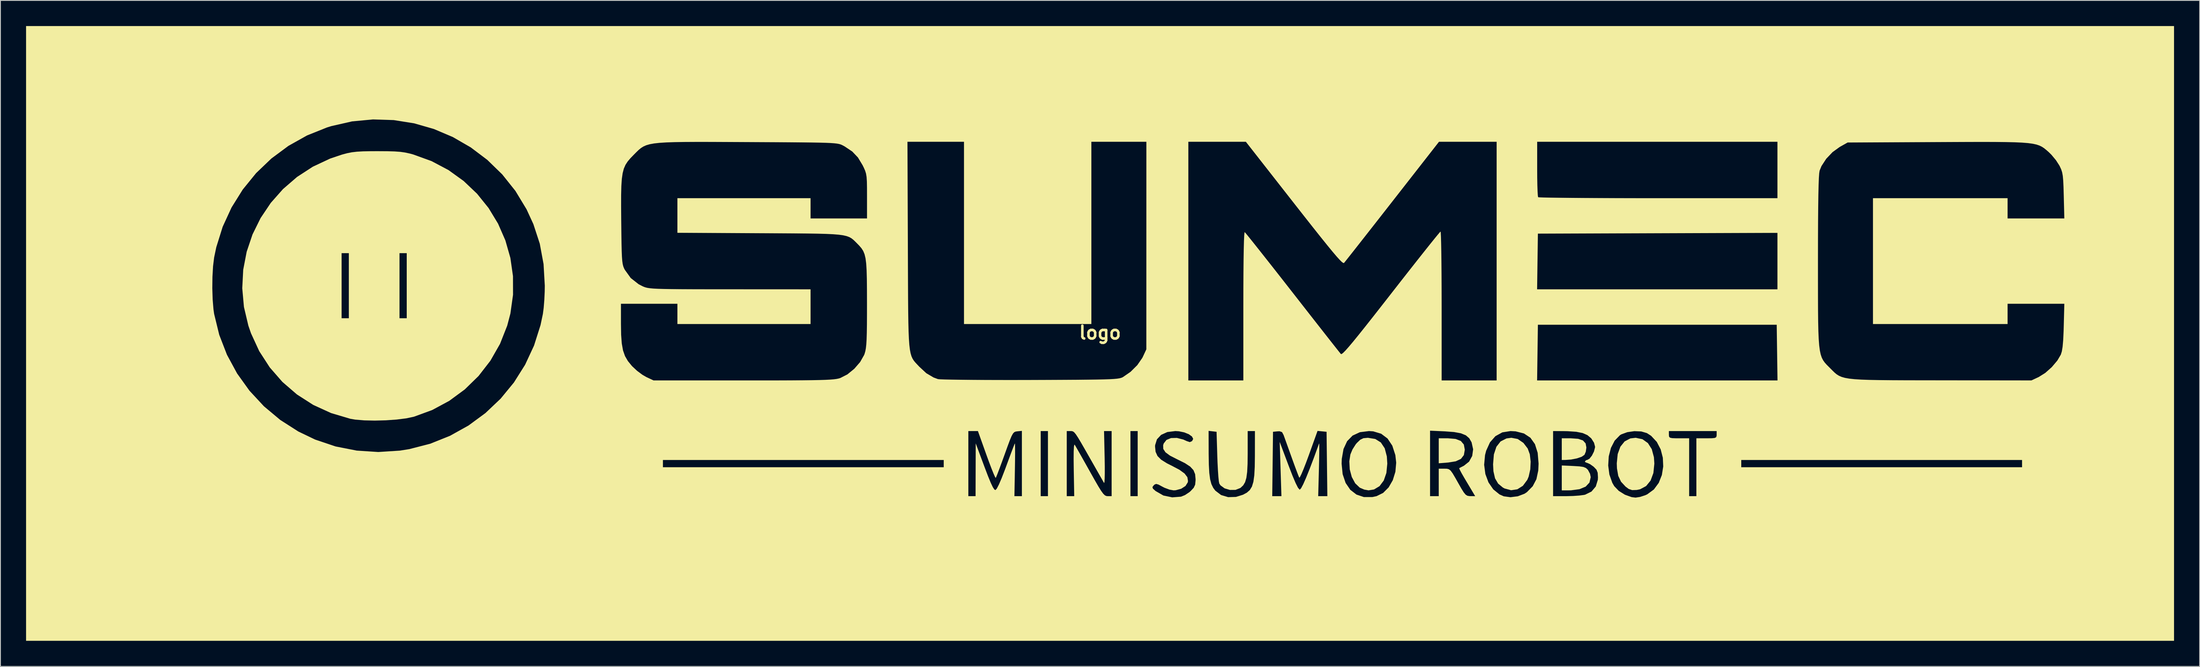
<source format=kicad_pcb>
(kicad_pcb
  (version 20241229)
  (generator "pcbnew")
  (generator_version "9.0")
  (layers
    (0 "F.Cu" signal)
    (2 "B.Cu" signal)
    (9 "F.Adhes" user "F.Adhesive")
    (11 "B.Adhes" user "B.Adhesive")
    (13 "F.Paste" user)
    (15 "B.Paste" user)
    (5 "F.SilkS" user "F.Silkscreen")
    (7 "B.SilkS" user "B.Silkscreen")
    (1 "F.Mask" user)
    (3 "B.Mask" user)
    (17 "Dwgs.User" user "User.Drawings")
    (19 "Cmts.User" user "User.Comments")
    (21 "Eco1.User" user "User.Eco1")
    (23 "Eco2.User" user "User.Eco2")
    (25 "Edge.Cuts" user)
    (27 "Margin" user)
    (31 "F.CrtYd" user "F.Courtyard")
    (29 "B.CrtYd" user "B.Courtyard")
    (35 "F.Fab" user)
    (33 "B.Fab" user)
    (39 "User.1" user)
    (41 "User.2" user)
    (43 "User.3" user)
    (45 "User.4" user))
  (footprint "logo"
    (layer "F.Cu")
    (at 125.645 35.899)
    (property "Reference" "logo" (at 0 0 0) (layer "F.SilkS") (effects (font (size 1.5 1.5) (thickness 0.3))))
    (attr board_only exclude_from_pos_files exclude_from_bom)
    (fp_poly (pts (xy 41.597 12.437) (xy 42.208 12.675) (xy 42.559 13.09) (xy 42.672 13.696) (xy 42.672 13.699) (xy 42.564 14.325) (xy 42.222 14.77) (xy 41.618 15.053) (xy 40.736 15.197) (xy 39.624 15.286) (xy 39.624 13.824) (xy 39.624 12.361) (xy 40.702 12.361)) (stroke (width 0) (type solid)) (fill yes) (layer "F.SilkS"))
    (fp_poly (pts (xy 55.932 12.422) (xy 56.497 12.615) (xy 56.808 12.961) (xy 56.896 13.439) (xy 56.829 13.925) (xy 56.674 14.293) (xy 56.352 14.519) (xy 55.794 14.713) (xy 55.101 14.847) (xy 54.483 14.894) (xy 54.017 14.901) (xy 54.017 13.631) (xy 54.017 12.361) (xy 55.08 12.361)) (stroke (width 0) (type solid)) (fill yes) (layer "F.SilkS"))
    (fp_poly (pts (xy 55.389 15.605) (xy 56.096 15.649) (xy 56.55 15.718) (xy 56.84 15.837) (xy 57.051 16.027) (xy 57.082 16.065) (xy 57.321 16.511) (xy 57.404 16.914) (xy 57.255 17.545) (xy 56.815 18.016) (xy 56.092 18.319) (xy 55.097 18.451) (xy 54.822 18.456) (xy 54.017 18.457) (xy 54.017 17) (xy 54.017 15.543)) (stroke (width 0) (type solid)) (fill yes) (layer "F.SilkS"))
    (fp_poly (pts (xy 48.862 12.443) (xy 49.531 12.902) (xy 50.033 13.56) (xy 50.278 14.235) (xy 50.377 15.09) (xy 50.332 16.001) (xy 50.144 16.843) (xy 49.984 17.226) (xy 49.468 17.921) (xy 48.819 18.331) (xy 48.087 18.441) (xy 47.326 18.235) (xy 47.125 18.126) (xy 46.57 17.665) (xy 46.21 17.05) (xy 46.022 16.225) (xy 45.979 15.409) (xy 46.074 14.248) (xy 46.369 13.353) (xy 46.859 12.729) (xy 47.544 12.379) (xy 48.111 12.3)) (stroke (width 0) (type solid)) (fill yes) (layer "F.SilkS"))
    (fp_poly (pts (xy 63.459 12.471) (xy 64.094 12.923) (xy 64.546 13.633) (xy 64.798 14.578) (xy 64.847 15.325) (xy 64.735 16.426) (xy 64.409 17.309) (xy 63.885 17.952) (xy 63.177 18.33) (xy 62.779 18.411) (xy 62.246 18.427) (xy 61.845 18.289) (xy 61.48 18.018) (xy 60.951 17.448) (xy 60.625 16.763) (xy 60.473 15.886) (xy 60.452 15.288) (xy 60.56 14.207) (xy 60.873 13.345) (xy 61.371 12.726) (xy 62.037 12.374) (xy 62.658 12.3)) (stroke (width 0) (type solid)) (fill yes) (layer "F.SilkS"))
    (fp_poly (pts (xy 32.2 12.442) (xy 32.852 12.852) (xy 33.303 13.533) (xy 33.552 14.482) (xy 33.605 15.325) (xy 33.498 16.417) (xy 33.19 17.305) (xy 32.702 17.959) (xy 32.053 18.351) (xy 31.411 18.456) (xy 30.908 18.365) (xy 30.395 18.146) (xy 30.382 18.138) (xy 29.848 17.63) (xy 29.45 16.89) (xy 29.213 16.003) (xy 29.162 15.056) (xy 29.287 14.253) (xy 29.534 13.659) (xy 29.911 13.067) (xy 30.041 12.912) (xy 30.443 12.528) (xy 30.814 12.35) (xy 31.315 12.305) (xy 31.348 12.305)) (stroke (width 0) (type solid)) (fill yes) (layer "F.SilkS"))
    (fp_poly (pts (xy -83.385 -21.245) (xy -82.533 -21.221) (xy -81.861 -21.173) (xy -81.293 -21.092) (xy -80.748 -20.973) (xy -80.349 -20.864) (xy -78.2 -20.084) (xy -76.229 -19.04) (xy -74.451 -17.759) (xy -72.882 -16.268) (xy -71.535 -14.594) (xy -70.427 -12.766) (xy -69.572 -10.809) (xy -68.985 -8.751) (xy -68.681 -6.62) (xy -68.675 -4.444) (xy -68.982 -2.248) (xy -69.357 -0.821) (xy -70.198 1.309) (xy -71.323 3.28) (xy -72.707 5.066) (xy -74.321 6.641) (xy -76.14 7.979) (xy -78.137 9.054) (xy -80.264 9.833) (xy -81.162 10.025) (xy -82.291 10.167) (xy -83.552 10.256) (xy -84.846 10.289) (xy -86.074 10.263) (xy -87.137 10.174) (xy -87.715 10.076) (xy -89.961 9.408) (xy -92.049 8.453) (xy -93.954 7.231) (xy -95.657 5.761) (xy -97.135 4.065) (xy -98.367 2.161) (xy -99.331 0.069) (xy -99.638 -0.821) (xy -100.157 -3.015) (xy -100.353 -5.207) (xy -100.241 -7.371) (xy -99.868 -9.313) (xy -88.731 -9.313) (xy -88.731 -5.503) (xy -88.731 -1.693) (xy -88.307 -1.693) (xy -87.884 -1.693) (xy -87.884 -5.503) (xy -87.884 -9.313) (xy -81.957 -9.313) (xy -81.957 -5.503) (xy -81.957 -1.693) (xy -81.534 -1.693) (xy -81.111 -1.693) (xy -81.111 -5.503) (xy -81.111 -9.313) (xy -81.534 -9.313) (xy -81.957 -9.313) (xy -87.884 -9.313) (xy -88.307 -9.313) (xy -88.731 -9.313) (xy -99.868 -9.313) (xy -99.836 -9.479) (xy -99.154 -11.505) (xy -98.209 -13.42) (xy -97.016 -15.198) (xy -95.59 -16.811) (xy -93.946 -18.232) (xy -92.099 -19.433) (xy -90.064 -20.388) (xy -88.646 -20.864) (xy -88.072 -21.015) (xy -87.528 -21.122) (xy -86.936 -21.191) (xy -86.216 -21.231) (xy -85.29 -21.249) (xy -84.497 -21.251)) (stroke (width 0) (type solid)) (fill yes) (layer "F.SilkS"))
    (fp_poly (pts (xy 125.645 0.085) (xy 125.645 36.068) (xy 0 36.068) (xy -125.645 36.068) (xy -125.645 19.135) (xy -15.409 19.135) (xy -14.986 19.135) (xy -14.563 19.135) (xy -14.554 16.044) (xy -14.545 12.954) (xy -13.518 15.714) (xy -13.109 16.788) (xy -12.789 17.567) (xy -12.545 18.08) (xy -12.364 18.356) (xy -12.235 18.424) (xy -12.075 18.243) (xy -11.827 17.763) (xy -11.504 17.007) (xy -11.115 16.001) (xy -11.002 15.694) (xy -10.675 14.805) (xy -10.388 14.034) (xy -10.16 13.434) (xy -10.012 13.058) (xy -9.965 12.956) (xy -9.949 13.097) (xy -9.941 13.526) (xy -9.94 14.189) (xy -9.947 15.037) (xy -9.962 16.016) (xy -10.018 19.135) (xy -9.581 19.135) (xy -9.144 19.135) (xy -9.144 15.314) (xy -9.144 11.515) (xy -6.943 11.515) (xy -6.943 15.325) (xy -6.943 19.135) (xy -6.519 19.135) (xy -6.096 19.135) (xy -3.895 19.135) (xy -3.458 19.135) (xy -3.021 19.135) (xy -3.077 15.998) (xy -3.091 14.786) (xy -3.084 13.905) (xy -3.056 13.348) (xy -3.006 13.109) (xy -2.963 13.119) (xy -2.831 13.342) (xy -2.562 13.811) (xy -2.185 14.475) (xy -1.73 15.283) (xy -1.224 16.186) (xy -1.185 16.256) (xy -0.625 17.252) (xy -0.199 17.989) (xy 0.121 18.505) (xy 0.364 18.839) (xy 0.555 19.03) (xy 0.724 19.116) (xy 0.889 19.135) (xy 1.355 19.135) (xy 1.355 15.325) (xy 1.355 11.515) (xy 3.556 11.515) (xy 3.556 15.325) (xy 3.556 19.135) (xy 3.979 19.135) (xy 4.403 19.135) (xy 4.403 18.07) (xy 6.129 18.07) (xy 6.185 18.253) (xy 6.482 18.521) (xy 6.499 18.536) (xy 7.409 19.059) (xy 8.443 19.274) (xy 9.475 19.196) (xy 9.936 19.01) (xy 10.441 18.675) (xy 10.597 18.541) (xy 10.957 18.154) (xy 11.127 17.789) (xy 11.175 17.281) (xy 11.176 17.15) (xy 11.122 16.564) (xy 10.927 16.089) (xy 10.547 15.675) (xy 9.934 15.271) (xy 9.042 14.827) (xy 9.014 14.814) (xy 8.183 14.39) (xy 7.654 14) (xy 7.397 13.609) (xy 7.381 13.182) (xy 7.444 12.971) (xy 7.768 12.554) (xy 8.305 12.333) (xy 8.988 12.316) (xy 9.748 12.51) (xy 10.147 12.693) (xy 10.502 12.808) (xy 10.766 12.689) (xy 10.897 12.429) (xy 10.751 12.149) (xy 10.384 11.885) (xy 9.855 11.67) (xy 9.219 11.539) (xy 8.805 11.515) (xy 7.87 11.63) (xy 7.144 11.96) (xy 6.657 12.479) (xy 6.442 13.165) (xy 6.435 13.339) (xy 6.498 13.944) (xy 6.721 14.435) (xy 7.149 14.867) (xy 7.831 15.293) (xy 8.375 15.566) (xy 9.285 16.046) (xy 9.89 16.487) (xy 10.216 16.916) (xy 10.289 17.361) (xy 10.261 17.522) (xy 9.996 17.943) (xy 9.494 18.268) (xy 8.855 18.441) (xy 8.602 18.455) (xy 8.118 18.368) (xy 7.54 18.151) (xy 7.294 18.025) (xy 6.841 17.781) (xy 6.571 17.702) (xy 6.384 17.772) (xy 6.278 17.869) (xy 6.129 18.07) (xy 4.403 18.07) (xy 4.403 15.325) (xy 4.403 11.515) (xy 3.979 11.515) (xy 3.556 11.515) (xy 1.355 11.515) (xy 0.911 11.515) (xy 0.467 11.515) (xy 0.538 14.673) (xy 0.553 15.646) (xy 0.553 16.472) (xy 0.539 17.104) (xy 0.512 17.495) (xy 0.474 17.598) (xy 0.471 17.594) (xy 0.346 17.376) (xy 0.083 16.915) (xy -0.289 16.263) (xy -0.74 15.47) (xy -1.208 14.647) (xy -1.797 13.613) (xy -2.245 12.835) (xy -2.578 12.278) (xy -2.823 11.905) (xy -3.007 11.679) (xy -3.157 11.563) (xy -3.299 11.52) (xy -3.46 11.515) (xy -3.492 11.515) (xy -3.895 11.515) (xy -3.895 15.325) (xy -3.895 19.135) (xy -6.096 19.135) (xy -6.096 15.325) (xy -6.096 11.515) (xy -6.519 11.515) (xy -6.943 11.515) (xy -9.144 11.515) (xy -9.144 11.493) (xy -9.678 11.546) (xy -9.878 11.575) (xy -10.04 11.648) (xy -10.19 11.811) (xy -10.353 12.11) (xy -10.554 12.59) (xy -10.819 13.299) (xy -11.163 14.256) (xy -11.485 15.144) (xy -11.771 15.918) (xy -12.001 16.522) (xy -12.154 16.9) (xy -12.205 17.002) (xy -12.288 16.881) (xy -12.462 16.489) (xy -12.708 15.876) (xy -13.006 15.09) (xy -13.292 14.304) (xy -14.288 11.515) (xy -14.849 11.515) (xy -15.409 11.515) (xy -15.409 15.325) (xy -15.409 19.135) (xy -125.645 19.135) (xy -125.645 14.901) (xy -51.139 14.901) (xy -51.139 15.325) (xy -51.139 15.748) (xy -34.713 15.748) (xy -18.288 15.748) (xy -18.288 15.325) (xy -18.288 14.901) (xy -34.713 14.901) (xy -51.139 14.901) (xy -125.645 14.901) (xy -125.645 0.085) (xy -125.645 -5.199) (xy -103.857 -5.199) (xy -103.816 -3.891) (xy -103.72 -2.73) (xy -103.644 -2.201) (xy -103.046 0.249) (xy -102.143 2.582) (xy -100.957 4.771) (xy -99.508 6.791) (xy -97.818 8.614) (xy -95.907 10.213) (xy -93.799 11.563) (xy -91.829 12.51) (xy -89.438 13.315) (xy -86.961 13.802) (xy -84.44 13.967) (xy -81.916 13.805) (xy -80.813 13.629) (xy -78.36 12.997) (xy -76.044 12.068) (xy -75.01 11.492) (xy 12.7 11.492) (xy 12.707 14.17) (xy 12.726 15.432) (xy 12.779 16.41) (xy 12.876 17.156) (xy 13.027 17.724) (xy 13.242 18.167) (xy 13.488 18.492) (xy 14.159 19.003) (xy 14.986 19.251) (xy 15.901 19.225) (xy 16.192 19.135) (xy 20.144 19.135) (xy 20.681 19.135) (xy 21.219 19.135) (xy 21.119 15.961) (xy 21.019 12.788) (xy 22.066 15.58) (xy 22.52 16.754) (xy 22.882 17.606) (xy 23.153 18.142) (xy 23.336 18.365) (xy 23.364 18.373) (xy 23.518 18.213) (xy 23.766 17.745) (xy 24.104 16.982) (xy 24.524 15.938) (xy 25.021 14.628) (xy 25.589 13.065) (xy 25.629 12.954) (xy 25.643 13.06) (xy 25.648 13.456) (xy 25.643 14.093) (xy 25.629 14.922) (xy 25.607 15.896) (xy 25.605 15.96) (xy 25.521 19.135) (xy 26.057 19.135) (xy 26.592 19.135) (xy 26.546 15.367) (xy 26.546 15.338) (xy 28.26 15.338) (xy 28.381 16.562) (xy 28.729 17.588) (xy 29.277 18.392) (xy 30 18.951) (xy 30.872 19.242) (xy 31.867 19.239) (xy 32.35 19.135) (xy 33.118 18.755) (xy 33.76 18.112) (xy 34.247 17.267) (xy 34.552 16.282) (xy 34.646 15.216) (xy 34.548 14.327) (xy 34.19 13.223) (xy 33.634 12.387) (xy 32.887 11.826) (xy 31.958 11.547) (xy 31.463 11.515) (xy 30.398 11.648) (xy 29.544 12.044) (xy 28.905 12.701) (xy 28.482 13.615) (xy 28.279 14.782) (xy 28.26 15.338) (xy 26.546 15.338) (xy 26.501 11.599) (xy 25.973 11.548) (xy 25.444 11.497) (xy 24.43 14.321) (xy 24.099 15.217) (xy 23.802 15.977) (xy 23.558 16.555) (xy 23.387 16.902) (xy 23.311 16.978) (xy 23.218 16.764) (xy 23.037 16.295) (xy 22.79 15.634) (xy 22.503 14.845) (xy 22.425 14.628) (xy 22.122 13.783) (xy 21.846 13.015) (xy 21.625 12.4) (xy 21.485 12.013) (xy 21.47 11.971) (xy 21.289 11.637) (xy 21.002 11.537) (xy 20.766 11.548) (xy 20.235 11.599) (xy 20.19 15.367) (xy 20.144 19.135) (xy 16.192 19.135) (xy 16.727 18.967) (xy 17.176 18.724) (xy 17.519 18.422) (xy 17.768 18.015) (xy 17.938 17.458) (xy 18.044 16.704) (xy 18.098 15.706) (xy 18.115 14.419) (xy 18.115 14.351) (xy 18.119 11.515) (xy 17.695 11.515) (xy 17.272 11.515) (xy 17.272 14.145) (xy 17.258 15.365) (xy 17.211 16.297) (xy 17.118 16.99) (xy 16.969 17.496) (xy 16.754 17.862) (xy 16.462 18.14) (xy 16.406 18.181) (xy 15.845 18.401) (xy 15.196 18.407) (xy 14.574 18.223) (xy 14.095 17.875) (xy 13.951 17.659) (xy 13.897 17.395) (xy 13.842 16.855) (xy 13.79 16.102) (xy 13.744 15.2) (xy 13.718 14.478) (xy 13.631 11.599) (xy 13.166 11.546) (xy 12.7 11.492) (xy -75.01 11.492) (xy -74.971 11.47) (xy 38.608 11.47) (xy 38.608 15.302) (xy 38.608 19.135) (xy 39.116 19.135) (xy 39.624 19.135) (xy 39.624 17.526) (xy 39.624 15.917) (xy 40.292 15.917) (xy 40.591 15.926) (xy 40.816 15.987) (xy 41.02 16.151) (xy 41.252 16.471) (xy 41.564 16.998) (xy 41.859 17.522) (xy 42.261 18.23) (xy 42.55 18.693) (xy 42.773 18.962) (xy 42.978 19.089) (xy 43.212 19.128) (xy 43.321 19.131) (xy 43.885 19.135) (xy 43.558 18.584) (xy 43.302 18.154) (xy 42.95 17.564) (xy 42.594 16.966) (xy 42.295 16.445) (xy 42.089 16.054) (xy 42.016 15.866) (xy 42.019 15.859) (xy 42.197 15.764) (xy 42.545 15.586) (xy 42.568 15.575) (xy 42.711 15.461) (xy 44.935 15.461) (xy 45.078 16.546) (xy 45.443 17.525) (xy 46.003 18.339) (xy 46.732 18.931) (xy 47.229 19.152) (xy 48.014 19.259) (xy 48.875 19.15) (xy 49.658 18.852) (xy 49.942 18.663) (xy 50.615 17.977) (xy 51.049 17.152) (xy 51.267 16.132) (xy 51.304 15.331) (xy 51.197 14.057) (xy 50.879 13.047) (xy 50.347 12.295) (xy 49.595 11.797) (xy 48.621 11.548) (xy 48.02 11.515) (xy 53.001 11.515) (xy 53.001 15.325) (xy 53.001 19.135) (xy 54.568 19.134) (xy 55.346 19.114) (xy 56.071 19.063) (xy 56.621 18.99) (xy 56.758 18.959) (xy 57.493 18.597) (xy 57.996 18.004) (xy 58.235 17.223) (xy 58.251 16.935) (xy 58.218 16.392) (xy 58.077 16.034) (xy 57.767 15.71) (xy 57.73 15.678) (xy 57.546 15.546) (xy 59.449 15.546) (xy 59.586 16.603) (xy 59.932 17.578) (xy 60.157 17.966) (xy 60.683 18.515) (xy 61.407 18.967) (xy 62.191 19.249) (xy 62.653 19.304) (xy 63.178 19.225) (xy 63.788 19.026) (xy 64.013 18.923) (xy 64.791 18.354) (xy 65.362 17.579) (xy 65.727 16.66) (xy 65.886 15.659) (xy 65.84 14.637) (xy 65.588 13.658) (xy 65.132 12.782) (xy 64.471 12.073) (xy 63.976 11.752) (xy 63.319 11.56) (xy 62.509 11.527) (xy 61.685 11.644) (xy 60.987 11.898) (xy 60.822 12) (xy 60.207 12.633) (xy 59.768 13.486) (xy 59.512 14.482) (xy 59.449 15.546) (xy 57.546 15.546) (xy 57.339 15.397) (xy 57.021 15.248) (xy 56.968 15.24) (xy 56.751 15.144) (xy 56.727 15.071) (xy 56.864 14.921) (xy 56.983 14.901) (xy 57.255 14.755) (xy 57.543 14.39) (xy 57.782 13.915) (xy 57.906 13.439) (xy 57.911 13.338) (xy 57.79 12.882) (xy 57.48 12.392) (xy 57.442 12.348) (xy 57.02 11.992) (xy 56.462 11.747) (xy 55.709 11.598) (xy 54.704 11.53) (xy 54.229 11.522) (xy 53.001 11.515) (xy 66.548 11.515) (xy 66.548 11.938) (xy 66.565 12.159) (xy 66.667 12.286) (xy 66.926 12.344) (xy 67.417 12.361) (xy 67.733 12.361) (xy 68.919 12.361) (xy 68.919 15.748) (xy 68.919 19.135) (xy 69.342 19.135) (xy 69.765 19.135) (xy 69.765 15.748) (xy 69.765 14.901) (xy 75.015 14.901) (xy 75.015 15.325) (xy 75.015 15.748) (xy 91.44 15.748) (xy 107.865 15.748) (xy 107.865 15.325) (xy 107.865 14.901) (xy 91.44 14.901) (xy 75.015 14.901) (xy 69.765 14.901) (xy 69.765 12.361) (xy 70.951 12.361) (xy 71.57 12.355) (xy 71.924 12.319) (xy 72.088 12.226) (xy 72.134 12.051) (xy 72.136 11.938) (xy 72.136 11.515) (xy 69.342 11.515) (xy 66.548 11.515) (xy 53.001 11.515) (xy 48.02 11.515) (xy 47.06 11.667) (xy 46.253 12.113) (xy 45.617 12.835) (xy 45.171 13.815) (xy 45.039 14.327) (xy 44.935 15.461) (xy 42.711 15.461) (xy 43.171 15.095) (xy 43.539 14.427) (xy 43.647 13.649) (xy 43.468 12.839) (xy 43.464 12.83) (xy 43.191 12.355) (xy 42.793 12.011) (xy 42.218 11.776) (xy 41.413 11.629) (xy 40.344 11.549) (xy 38.608 11.47) (xy -74.971 11.47) (xy -73.886 10.866) (xy -71.907 9.41) (xy -70.129 7.725) (xy -68.573 5.83) (xy -67.262 3.749) (xy -66.217 1.502) (xy -65.459 -0.887) (xy -65.425 -1.047) (xy -56.049 -1.047) (xy -56.028 0.245) (xy -55.953 1.263) (xy -55.808 2.073) (xy -55.576 2.736) (xy -55.239 3.317) (xy -54.781 3.879) (xy -54.724 3.94) (xy -54.165 4.461) (xy -53.531 4.932) (xy -53.086 5.188) (xy -52.239 5.585) (xy -41.728 5.586) (xy -39.554 5.586) (xy -37.691 5.584) (xy -36.114 5.579) (xy -34.795 5.57) (xy -33.71 5.558) (xy -32.83 5.541) (xy -32.13 5.519) (xy -31.583 5.491) (xy -31.162 5.457) (xy -30.841 5.415) (xy -30.593 5.365) (xy -30.393 5.307) (xy -30.385 5.304) (xy -29.558 4.881) (xy -28.753 4.225) (xy -28.067 3.433) (xy -27.598 2.604) (xy -27.547 2.466) (xy -27.463 2.178) (xy -27.398 1.831) (xy -27.348 1.384) (xy -27.312 0.795) (xy -27.288 0.024) (xy -27.273 -0.97) (xy -27.267 -2.229) (xy -27.266 -3.459) (xy -27.27 -5.026) (xy -27.282 -6.294) (xy -27.31 -7.303) (xy -27.359 -8.095) (xy -27.437 -8.708) (xy -27.551 -9.184) (xy -27.705 -9.562) (xy -27.909 -9.882) (xy -28.167 -10.185) (xy -28.411 -10.435) (xy -28.648 -10.674) (xy -28.862 -10.878) (xy -29.081 -11.05) (xy -29.333 -11.193) (xy -29.645 -11.308) (xy -30.045 -11.401) (xy -30.56 -11.473) (xy -31.219 -11.527) (xy -32.049 -11.566) (xy -33.078 -11.594) (xy -34.333 -11.613) (xy -35.843 -11.626) (xy -37.635 -11.636) (xy -39.736 -11.647) (xy -39.836 -11.647) (xy -49.445 -11.695) (xy -49.445 -13.721) (xy -49.445 -15.748) (xy -41.656 -15.748) (xy -33.867 -15.748) (xy -33.867 -14.563) (xy -33.867 -13.377) (xy -30.565 -13.377) (xy -27.263 -13.377) (xy -27.263 -15.975) (xy -27.265 -16.97) (xy -27.278 -17.696) (xy -27.313 -18.225) (xy -27.378 -18.627) (xy -27.485 -18.972) (xy -27.643 -19.331) (xy -27.78 -19.609) (xy -28.326 -20.514) (xy -28.989 -21.211) (xy -29.872 -21.804) (xy -30.037 -21.894) (xy -30.184 -21.971) (xy -30.337 -22.036) (xy -30.522 -22.091) (xy -30.766 -22.137) (xy -31.095 -22.175) (xy -31.535 -22.206) (xy -32.113 -22.231) (xy -32.856 -22.251) (xy -33.79 -22.267) (xy -34.942 -22.279) (xy -36.338 -22.29) (xy -38.005 -22.3) (xy -39.969 -22.309) (xy -41.215 -22.315) (xy -43.494 -22.325) (xy -45.46 -22.333) (xy -47.141 -22.335) (xy -48.562 -22.328) (xy -49.748 -22.31) (xy -50.727 -22.277) (xy -51.525 -22.227) (xy -52.168 -22.157) (xy -52.682 -22.064) (xy -53.093 -21.944) (xy -53.427 -21.796) (xy -53.712 -21.616) (xy -53.972 -21.401) (xy -54.235 -21.148) (xy -54.526 -20.855) (xy -54.539 -20.842) (xy -54.939 -20.429) (xy -55.263 -20.046) (xy -55.518 -19.653) (xy -55.712 -19.208) (xy -55.852 -18.672) (xy -55.947 -18.005) (xy -56.003 -17.164) (xy -56.029 -16.111) (xy -56.031 -14.805) (xy -56.019 -13.205) (xy -56.016 -13.005) (xy -56 -11.571) (xy -55.983 -10.435) (xy -55.962 -9.555) (xy -55.934 -8.889) (xy -55.896 -8.396) (xy -55.845 -8.036) (xy -55.777 -7.766) (xy -55.69 -7.545) (xy -55.599 -7.366) (xy -54.903 -6.399) (xy -53.979 -5.674) (xy -53.509 -5.432) (xy -53.335 -5.358) (xy -53.148 -5.296) (xy -52.92 -5.243) (xy -52.622 -5.201) (xy -52.227 -5.166) (xy -51.704 -5.14) (xy -51.028 -5.12) (xy -50.168 -5.105) (xy -49.096 -5.095) (xy -47.785 -5.089) (xy -46.206 -5.086) (xy -44.33 -5.084) (xy -43.307 -5.084) (xy -33.867 -5.08) (xy -33.867 -3.048) (xy -33.867 -1.016) (xy -41.656 -1.016) (xy -49.445 -1.016) (xy -49.445 -2.201) (xy -49.445 -3.387) (xy -52.747 -3.387) (xy -56.049 -3.387) (xy -56.049 -1.047) (xy -65.425 -1.047) (xy -65.182 -2.201) (xy -65.089 -2.909) (xy -65.016 -3.823) (xy -64.97 -4.809) (xy -64.959 -5.503) (xy -65.104 -8.033) (xy -65.546 -10.422) (xy -66.295 -12.711) (xy -67.095 -14.448) (xy -68.398 -16.6) (xy -69.939 -18.533) (xy -71.69 -20.236) (xy -73.624 -21.696) (xy -74.759 -22.352) (xy -22.532 -22.352) (xy -22.484 -10.202) (xy -22.476 -7.822) (xy -22.468 -5.756) (xy -22.459 -3.979) (xy -22.446 -2.468) (xy -22.427 -1.196) (xy -22.4 -0.14) (xy -22.362 0.724) (xy -22.312 1.423) (xy -22.246 1.979) (xy -22.162 2.418) (xy -22.059 2.764) (xy -21.933 3.042) (xy -21.783 3.277) (xy -21.606 3.492) (xy -21.4 3.713) (xy -21.162 3.965) (xy -21.146 3.982) (xy -20.326 4.742) (xy -19.475 5.244) (xy -18.966 5.432) (xy -18.725 5.455) (xy -18.175 5.476) (xy -17.348 5.494) (xy -16.274 5.51) (xy -14.984 5.522) (xy -13.508 5.531) (xy -11.878 5.536) (xy -10.123 5.537) (xy -8.275 5.534) (xy -8.213 5.534) (xy -6.075 5.527) (xy -4.25 5.519) (xy -2.711 5.511) (xy -1.432 5.499) (xy -0.386 5.485) (xy 0.452 5.467) (xy 1.11 5.444) (xy 1.614 5.416) (xy 1.99 5.381) (xy 2.263 5.34) (xy 2.461 5.29) (xy 2.61 5.231) (xy 2.677 5.197) (xy 3.567 4.582) (xy 4.358 3.796) (xy 4.944 2.948) (xy 5.02 2.794) (xy 5.415 1.947) (xy 5.417 -10.202) (xy 5.419 -22.352) (xy 10.329 -22.352) (xy 10.329 -8.382) (xy 10.329 5.588) (xy 13.547 5.588) (xy 16.764 5.588) (xy 16.764 -3.143) (xy 16.767 -5.211) (xy 16.776 -7.019) (xy 16.791 -8.555) (xy 16.812 -9.806) (xy 16.837 -10.761) (xy 16.868 -11.408) (xy 16.904 -11.734) (xy 16.926 -11.773) (xy 17.059 -11.624) (xy 17.38 -11.232) (xy 17.868 -10.624) (xy 18.504 -9.824) (xy 19.268 -8.858) (xy 20.141 -7.751) (xy 21.101 -6.528) (xy 22.128 -5.214) (xy 22.535 -4.693) (xy 23.586 -3.348) (xy 24.577 -2.079) (xy 25.489 -0.914) (xy 26.302 0.123) (xy 26.994 1.005) (xy 27.547 1.706) (xy 27.939 2.202) (xy 28.151 2.466) (xy 28.18 2.499) (xy 28.267 2.494) (xy 28.439 2.362) (xy 28.711 2.088) (xy 29.096 1.654) (xy 29.609 1.045) (xy 30.262 0.242) (xy 31.07 -0.769) (xy 32.046 -2.006) (xy 33.205 -3.486) (xy 34.044 -4.561) (xy 35.111 -5.929) (xy 36.117 -7.213) (xy 37.043 -8.389) (xy 37.869 -9.433) (xy 38.576 -10.321) (xy 39.145 -11.028) (xy 39.556 -11.529) (xy 39.789 -11.801) (xy 39.836 -11.844) (xy 39.86 -11.682) (xy 39.883 -11.212) (xy 39.904 -10.467) (xy 39.923 -9.479) (xy 39.938 -8.277) (xy 39.95 -6.895) (xy 39.958 -5.363) (xy 39.962 -3.713) (xy 39.963 -3.133) (xy 39.963 5.588) (xy 43.18 5.588) (xy 46.397 5.588) (xy 51.131 5.588) (xy 65.193 5.588) (xy 79.255 5.588) (xy 79.209 2.328) (xy 79.163 -0.931) (xy 65.193 -0.931) (xy 51.223 -0.931) (xy 51.177 2.328) (xy 51.131 5.588) (xy 46.397 5.588) (xy 46.397 -5.08) (xy 51.131 -5.08) (xy 65.19 -5.08) (xy 79.248 -5.08) (xy 79.248 -6.146) (xy 83.989 -6.146) (xy 83.991 -4.253) (xy 83.997 -2.645) (xy 84.011 -1.295) (xy 84.036 -0.174) (xy 84.076 0.743) (xy 84.132 1.484) (xy 84.209 2.076) (xy 84.309 2.545) (xy 84.435 2.92) (xy 84.592 3.227) (xy 84.78 3.493) (xy 85.005 3.746) (xy 85.269 4.011) (xy 85.421 4.163) (xy 85.691 4.435) (xy 85.933 4.67) (xy 86.173 4.87) (xy 86.438 5.037) (xy 86.754 5.175) (xy 87.148 5.287) (xy 87.645 5.375) (xy 88.272 5.442) (xy 89.055 5.492) (xy 90.02 5.526) (xy 91.194 5.548) (xy 92.602 5.561) (xy 94.272 5.568) (xy 96.229 5.571) (xy 98.383 5.573) (xy 108.966 5.585) (xy 109.813 5.189) (xy 110.579 4.71) (xy 111.342 4.031) (xy 111.993 3.261) (xy 112.399 2.572) (xy 112.52 2.189) (xy 112.611 1.631) (xy 112.679 0.852) (xy 112.727 -0.197) (xy 112.742 -0.72) (xy 112.811 -3.387) (xy 109.492 -3.387) (xy 106.172 -3.387) (xy 106.172 -2.201) (xy 106.172 -1.016) (xy 98.298 -1.016) (xy 90.424 -1.016) (xy 90.424 -8.382) (xy 90.424 -15.748) (xy 98.298 -15.748) (xy 106.172 -15.748) (xy 106.172 -14.563) (xy 106.172 -13.377) (xy 109.492 -13.377) (xy 112.811 -13.377) (xy 112.744 -16.044) (xy 112.715 -17.068) (xy 112.68 -17.82) (xy 112.63 -18.368) (xy 112.554 -18.779) (xy 112.444 -19.121) (xy 112.288 -19.46) (xy 112.227 -19.579) (xy 111.831 -20.194) (xy 111.306 -20.826) (xy 110.978 -21.149) (xy 110.708 -21.386) (xy 110.456 -21.59) (xy 110.198 -21.763) (xy 109.905 -21.908) (xy 109.553 -22.027) (xy 109.115 -22.123) (xy 108.564 -22.197) (xy 107.875 -22.253) (xy 107.021 -22.292) (xy 105.975 -22.316) (xy 104.712 -22.329) (xy 103.205 -22.333) (xy 101.428 -22.329) (xy 99.355 -22.321) (xy 97.941 -22.315) (xy 87.461 -22.267) (xy 86.529 -21.743) (xy 85.695 -21.14) (xy 84.956 -20.361) (xy 84.401 -19.51) (xy 84.181 -18.972) (xy 84.135 -18.676) (xy 84.095 -18.113) (xy 84.063 -17.272) (xy 84.036 -16.142) (xy 84.016 -14.714) (xy 84.001 -12.979) (xy 83.992 -10.926) (xy 83.989 -8.544) (xy 83.989 -8.35) (xy 83.989 -6.146) (xy 79.248 -6.146) (xy 79.248 -8.383) (xy 79.248 -11.686) (xy 65.236 -11.643) (xy 51.223 -11.599) (xy 51.177 -8.34) (xy 51.131 -5.08) (xy 46.397 -5.08) (xy 46.397 -8.382) (xy 46.397 -22.352) (xy 51.139 -22.352) (xy 51.139 -19.163) (xy 51.144 -18.156) (xy 51.16 -17.268) (xy 51.185 -16.553) (xy 51.215 -16.066) (xy 51.251 -15.862) (xy 51.252 -15.861) (xy 51.434 -15.844) (xy 51.931 -15.827) (xy 52.715 -15.811) (xy 53.762 -15.797) (xy 55.047 -15.784) (xy 56.544 -15.773) (xy 58.229 -15.764) (xy 60.075 -15.756) (xy 62.058 -15.751) (xy 64.153 -15.748) (xy 65.306 -15.748) (xy 79.248 -15.748) (xy 79.248 -19.05) (xy 79.248 -22.352) (xy 65.193 -22.352) (xy 51.139 -22.352) (xy 46.397 -22.352) (xy 43.025 -22.352) (xy 39.654 -22.352) (xy 34.199 -15.367) (xy 33.147 -14.021) (xy 32.154 -12.751) (xy 31.24 -11.585) (xy 30.426 -10.547) (xy 29.732 -9.664) (xy 29.177 -8.96) (xy 28.783 -8.463) (xy 28.569 -8.197) (xy 28.54 -8.162) (xy 28.456 -8.161) (xy 28.296 -8.274) (xy 28.044 -8.52) (xy 27.685 -8.916) (xy 27.206 -9.479) (xy 26.592 -10.227) (xy 25.828 -11.176) (xy 24.899 -12.345) (xy 23.792 -13.751) (xy 22.697 -15.147) (xy 17.058 -22.352) (xy 13.694 -22.352) (xy 10.329 -22.352) (xy 5.419 -22.352) (xy 2.201 -22.352) (xy -1.016 -22.352) (xy -1.016 -11.684) (xy -1.016 -1.016) (xy -8.467 -1.016) (xy -15.917 -1.016) (xy -15.917 -11.684) (xy -15.917 -22.352) (xy -19.225 -22.352) (xy -22.532 -22.352) (xy -74.759 -22.352) (xy -75.713 -22.903) (xy -77.928 -23.845) (xy -80.243 -24.511) (xy -82.629 -24.89) (xy -85.058 -24.969) (xy -87.504 -24.738) (xy -89.937 -24.185) (xy -90.44 -24.029) (xy -92.778 -23.091) (xy -94.955 -21.87) (xy -96.948 -20.391) (xy -98.735 -18.68) (xy -100.295 -16.761) (xy -101.606 -14.66) (xy -102.645 -12.401) (xy -103.392 -10.01) (xy -103.644 -8.805) (xy -103.77 -7.777) (xy -103.841 -6.534) (xy -103.857 -5.199) (xy -125.645 -5.199) (xy -125.645 -35.899) (xy 0 -35.899) (xy 125.645 -35.899)) (stroke (width 0) (type solid)) (fill yes) (layer "F.SilkS")))
  (gr_rect
    (start -3 -3)
    (end 254.291 74.967)
    (stroke (width 0.1) (type default))
    (fill no)
    (layer "Edge.Cuts")))
</source>
